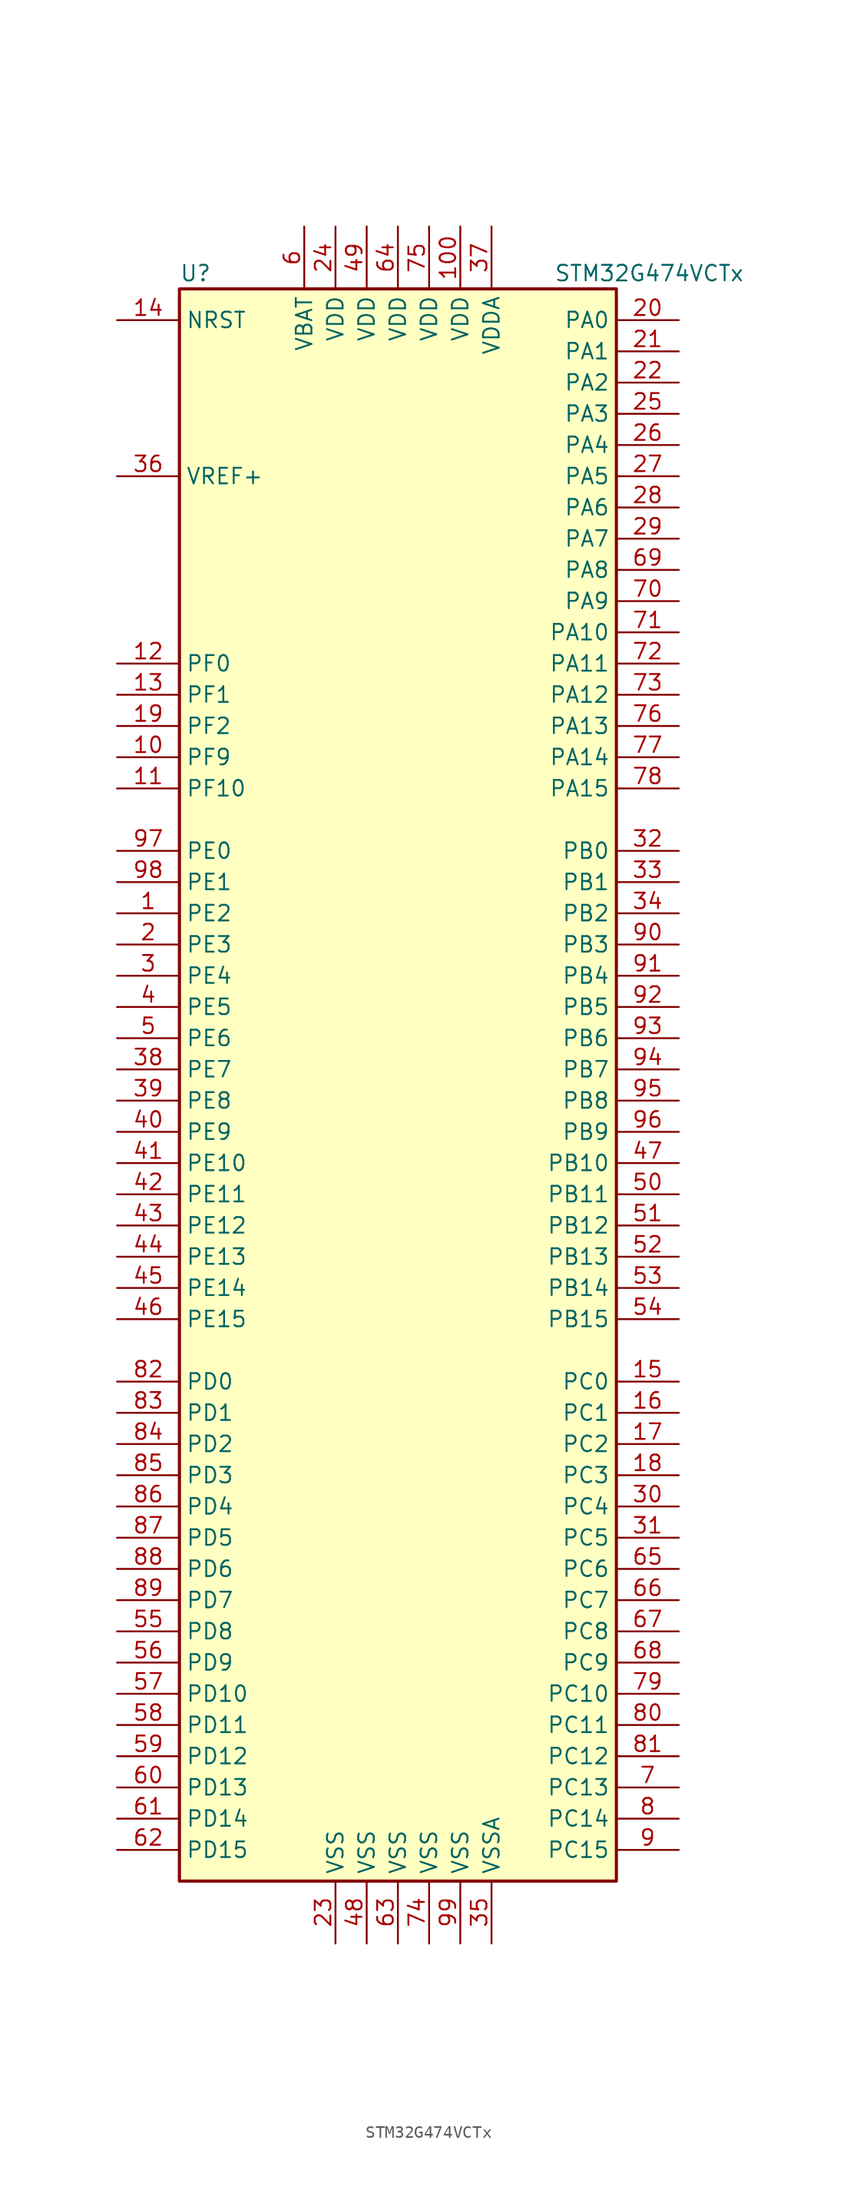
<source format=kicad_sym>
(kicad_symbol_lib
  (version 20211014)
  (generator kicad_symbol_editor)
  (symbol "STM32G474VCTx"
    (property "Reference" "U"
      (at -17.78 64.77 0)
      (effects (font (size 1.27 1.27)) (justify left)))
    (property "Value" "STM32G474VCTx"
      (at 12.7 64.77 0)
      (effects (font (size 1.27 1.27)) (justify left)))
    (symbol "STM32G474VCTx_0_1"
      (rectangle (start -17.78 63.5) (end 17.78 -66.04) (stroke (width 0.254) (type default) (color 0 0 0 0)) (fill (type background))))
    (symbol "STM32G474VCTx_1_1"
      (pin bidirectional line (at -22.86 12.7 0) (length 5.08) (name "PE2" (effects (font (size 1.27 1.27)))) (number "1" (effects (font (size 1.27 1.27)))))
      (pin bidirectional line (at -22.86 25.4 0) (length 5.08) (name "PF9" (effects (font (size 1.27 1.27)))) (number "10" (effects (font (size 1.27 1.27)))))
      (pin power_in line (at 5.08 68.58 270) (length 5.08) (name "VDD" (effects (font (size 1.27 1.27)))) (number "100" (effects (font (size 1.27 1.27)))))
      (pin bidirectional line (at -22.86 22.86 0) (length 5.08) (name "PF10" (effects (font (size 1.27 1.27)))) (number "11" (effects (font (size 1.27 1.27)))))
      (pin bidirectional line (at -22.86 33.02 0) (length 5.08) (name "PF0" (effects (font (size 1.27 1.27)))) (number "12" (effects (font (size 1.27 1.27)))))
      (pin bidirectional line (at -22.86 30.48 0) (length 5.08) (name "PF1" (effects (font (size 1.27 1.27)))) (number "13" (effects (font (size 1.27 1.27)))))
      (pin input line (at -22.86 60.96 0) (length 5.08) (name "NRST" (effects (font (size 1.27 1.27)))) (number "14" (effects (font (size 1.27 1.27)))))
      (pin bidirectional line (at 22.86 -25.4 180) (length 5.08) (name "PC0" (effects (font (size 1.27 1.27)))) (number "15" (effects (font (size 1.27 1.27)))))
      (pin bidirectional line (at 22.86 -27.94 180) (length 5.08) (name "PC1" (effects (font (size 1.27 1.27)))) (number "16" (effects (font (size 1.27 1.27)))))
      (pin bidirectional line (at 22.86 -30.48 180) (length 5.08) (name "PC2" (effects (font (size 1.27 1.27)))) (number "17" (effects (font (size 1.27 1.27)))))
      (pin bidirectional line (at 22.86 -33.02 180) (length 5.08) (name "PC3" (effects (font (size 1.27 1.27)))) (number "18" (effects (font (size 1.27 1.27)))))
      (pin bidirectional line (at -22.86 27.94 0) (length 5.08) (name "PF2" (effects (font (size 1.27 1.27)))) (number "19" (effects (font (size 1.27 1.27)))))
      (pin bidirectional line (at -22.86 10.16 0) (length 5.08) (name "PE3" (effects (font (size 1.27 1.27)))) (number "2" (effects (font (size 1.27 1.27)))))
      (pin bidirectional line (at 22.86 60.96 180) (length 5.08) (name "PA0" (effects (font (size 1.27 1.27)))) (number "20" (effects (font (size 1.27 1.27)))))
      (pin bidirectional line (at 22.86 58.42 180) (length 5.08) (name "PA1" (effects (font (size 1.27 1.27)))) (number "21" (effects (font (size 1.27 1.27)))))
      (pin bidirectional line (at 22.86 55.88 180) (length 5.08) (name "PA2" (effects (font (size 1.27 1.27)))) (number "22" (effects (font (size 1.27 1.27)))))
      (pin power_in line (at -5.08 -71.12 90) (length 5.08) (name "VSS" (effects (font (size 1.27 1.27)))) (number "23" (effects (font (size 1.27 1.27)))))
      (pin power_in line (at -5.08 68.58 270) (length 5.08) (name "VDD" (effects (font (size 1.27 1.27)))) (number "24" (effects (font (size 1.27 1.27)))))
      (pin bidirectional line (at 22.86 53.34 180) (length 5.08) (name "PA3" (effects (font (size 1.27 1.27)))) (number "25" (effects (font (size 1.27 1.27)))))
      (pin bidirectional line (at 22.86 50.8 180) (length 5.08) (name "PA4" (effects (font (size 1.27 1.27)))) (number "26" (effects (font (size 1.27 1.27)))))
      (pin bidirectional line (at 22.86 48.26 180) (length 5.08) (name "PA5" (effects (font (size 1.27 1.27)))) (number "27" (effects (font (size 1.27 1.27)))))
      (pin bidirectional line (at 22.86 45.72 180) (length 5.08) (name "PA6" (effects (font (size 1.27 1.27)))) (number "28" (effects (font (size 1.27 1.27)))))
      (pin bidirectional line (at 22.86 43.18 180) (length 5.08) (name "PA7" (effects (font (size 1.27 1.27)))) (number "29" (effects (font (size 1.27 1.27)))))
      (pin bidirectional line (at -22.86 7.62 0) (length 5.08) (name "PE4" (effects (font (size 1.27 1.27)))) (number "3" (effects (font (size 1.27 1.27)))))
      (pin bidirectional line (at 22.86 -35.56 180) (length 5.08) (name "PC4" (effects (font (size 1.27 1.27)))) (number "30" (effects (font (size 1.27 1.27)))))
      (pin bidirectional line (at 22.86 -38.1 180) (length 5.08) (name "PC5" (effects (font (size 1.27 1.27)))) (number "31" (effects (font (size 1.27 1.27)))))
      (pin bidirectional line (at 22.86 17.78 180) (length 5.08) (name "PB0" (effects (font (size 1.27 1.27)))) (number "32" (effects (font (size 1.27 1.27)))))
      (pin bidirectional line (at 22.86 15.24 180) (length 5.08) (name "PB1" (effects (font (size 1.27 1.27)))) (number "33" (effects (font (size 1.27 1.27)))))
      (pin bidirectional line (at 22.86 12.7 180) (length 5.08) (name "PB2" (effects (font (size 1.27 1.27)))) (number "34" (effects (font (size 1.27 1.27)))))
      (pin power_in line (at 7.62 -71.12 90) (length 5.08) (name "VSSA" (effects (font (size 1.27 1.27)))) (number "35" (effects (font (size 1.27 1.27)))))
      (pin power_in line (at -22.86 48.26 0) (length 5.08) (name "VREF+" (effects (font (size 1.27 1.27)))) (number "36" (effects (font (size 1.27 1.27)))))
      (pin power_in line (at 7.62 68.58 270) (length 5.08) (name "VDDA" (effects (font (size 1.27 1.27)))) (number "37" (effects (font (size 1.27 1.27)))))
      (pin bidirectional line (at -22.86 0 0) (length 5.08) (name "PE7" (effects (font (size 1.27 1.27)))) (number "38" (effects (font (size 1.27 1.27)))))
      (pin bidirectional line (at -22.86 -2.54 0) (length 5.08) (name "PE8" (effects (font (size 1.27 1.27)))) (number "39" (effects (font (size 1.27 1.27)))))
      (pin bidirectional line (at -22.86 5.08 0) (length 5.08) (name "PE5" (effects (font (size 1.27 1.27)))) (number "4" (effects (font (size 1.27 1.27)))))
      (pin bidirectional line (at -22.86 -5.08 0) (length 5.08) (name "PE9" (effects (font (size 1.27 1.27)))) (number "40" (effects (font (size 1.27 1.27)))))
      (pin bidirectional line (at -22.86 -7.62 0) (length 5.08) (name "PE10" (effects (font (size 1.27 1.27)))) (number "41" (effects (font (size 1.27 1.27)))))
      (pin bidirectional line (at -22.86 -10.16 0) (length 5.08) (name "PE11" (effects (font (size 1.27 1.27)))) (number "42" (effects (font (size 1.27 1.27)))))
      (pin bidirectional line (at -22.86 -12.7 0) (length 5.08) (name "PE12" (effects (font (size 1.27 1.27)))) (number "43" (effects (font (size 1.27 1.27)))))
      (pin bidirectional line (at -22.86 -15.24 0) (length 5.08) (name "PE13" (effects (font (size 1.27 1.27)))) (number "44" (effects (font (size 1.27 1.27)))))
      (pin bidirectional line (at -22.86 -17.78 0) (length 5.08) (name "PE14" (effects (font (size 1.27 1.27)))) (number "45" (effects (font (size 1.27 1.27)))))
      (pin bidirectional line (at -22.86 -20.32 0) (length 5.08) (name "PE15" (effects (font (size 1.27 1.27)))) (number "46" (effects (font (size 1.27 1.27)))))
      (pin bidirectional line (at 22.86 -7.62 180) (length 5.08) (name "PB10" (effects (font (size 1.27 1.27)))) (number "47" (effects (font (size 1.27 1.27)))))
      (pin power_in line (at -2.54 -71.12 90) (length 5.08) (name "VSS" (effects (font (size 1.27 1.27)))) (number "48" (effects (font (size 1.27 1.27)))))
      (pin power_in line (at -2.54 68.58 270) (length 5.08) (name "VDD" (effects (font (size 1.27 1.27)))) (number "49" (effects (font (size 1.27 1.27)))))
      (pin bidirectional line (at -22.86 2.54 0) (length 5.08) (name "PE6" (effects (font (size 1.27 1.27)))) (number "5" (effects (font (size 1.27 1.27)))))
      (pin bidirectional line (at 22.86 -10.16 180) (length 5.08) (name "PB11" (effects (font (size 1.27 1.27)))) (number "50" (effects (font (size 1.27 1.27)))))
      (pin bidirectional line (at 22.86 -12.7 180) (length 5.08) (name "PB12" (effects (font (size 1.27 1.27)))) (number "51" (effects (font (size 1.27 1.27)))))
      (pin bidirectional line (at 22.86 -15.24 180) (length 5.08) (name "PB13" (effects (font (size 1.27 1.27)))) (number "52" (effects (font (size 1.27 1.27)))))
      (pin bidirectional line (at 22.86 -17.78 180) (length 5.08) (name "PB14" (effects (font (size 1.27 1.27)))) (number "53" (effects (font (size 1.27 1.27)))))
      (pin bidirectional line (at 22.86 -20.32 180) (length 5.08) (name "PB15" (effects (font (size 1.27 1.27)))) (number "54" (effects (font (size 1.27 1.27)))))
      (pin bidirectional line (at -22.86 -45.72 0) (length 5.08) (name "PD8" (effects (font (size 1.27 1.27)))) (number "55" (effects (font (size 1.27 1.27)))))
      (pin bidirectional line (at -22.86 -48.26 0) (length 5.08) (name "PD9" (effects (font (size 1.27 1.27)))) (number "56" (effects (font (size 1.27 1.27)))))
      (pin bidirectional line (at -22.86 -50.8 0) (length 5.08) (name "PD10" (effects (font (size 1.27 1.27)))) (number "57" (effects (font (size 1.27 1.27)))))
      (pin bidirectional line (at -22.86 -53.34 0) (length 5.08) (name "PD11" (effects (font (size 1.27 1.27)))) (number "58" (effects (font (size 1.27 1.27)))))
      (pin bidirectional line (at -22.86 -55.88 0) (length 5.08) (name "PD12" (effects (font (size 1.27 1.27)))) (number "59" (effects (font (size 1.27 1.27)))))
      (pin power_in line (at -7.62 68.58 270) (length 5.08) (name "VBAT" (effects (font (size 1.27 1.27)))) (number "6" (effects (font (size 1.27 1.27)))))
      (pin bidirectional line (at -22.86 -58.42 0) (length 5.08) (name "PD13" (effects (font (size 1.27 1.27)))) (number "60" (effects (font (size 1.27 1.27)))))
      (pin bidirectional line (at -22.86 -60.96 0) (length 5.08) (name "PD14" (effects (font (size 1.27 1.27)))) (number "61" (effects (font (size 1.27 1.27)))))
      (pin bidirectional line (at -22.86 -63.5 0) (length 5.08) (name "PD15" (effects (font (size 1.27 1.27)))) (number "62" (effects (font (size 1.27 1.27)))))
      (pin power_in line (at 0 -71.12 90) (length 5.08) (name "VSS" (effects (font (size 1.27 1.27)))) (number "63" (effects (font (size 1.27 1.27)))))
      (pin power_in line (at 0 68.58 270) (length 5.08) (name "VDD" (effects (font (size 1.27 1.27)))) (number "64" (effects (font (size 1.27 1.27)))))
      (pin bidirectional line (at 22.86 -40.64 180) (length 5.08) (name "PC6" (effects (font (size 1.27 1.27)))) (number "65" (effects (font (size 1.27 1.27)))))
      (pin bidirectional line (at 22.86 -43.18 180) (length 5.08) (name "PC7" (effects (font (size 1.27 1.27)))) (number "66" (effects (font (size 1.27 1.27)))))
      (pin bidirectional line (at 22.86 -45.72 180) (length 5.08) (name "PC8" (effects (font (size 1.27 1.27)))) (number "67" (effects (font (size 1.27 1.27)))))
      (pin bidirectional line (at 22.86 -48.26 180) (length 5.08) (name "PC9" (effects (font (size 1.27 1.27)))) (number "68" (effects (font (size 1.27 1.27)))))
      (pin bidirectional line (at 22.86 40.64 180) (length 5.08) (name "PA8" (effects (font (size 1.27 1.27)))) (number "69" (effects (font (size 1.27 1.27)))))
      (pin bidirectional line (at 22.86 -58.42 180) (length 5.08) (name "PC13" (effects (font (size 1.27 1.27)))) (number "7" (effects (font (size 1.27 1.27)))))
      (pin bidirectional line (at 22.86 38.1 180) (length 5.08) (name "PA9" (effects (font (size 1.27 1.27)))) (number "70" (effects (font (size 1.27 1.27)))))
      (pin bidirectional line (at 22.86 35.56 180) (length 5.08) (name "PA10" (effects (font (size 1.27 1.27)))) (number "71" (effects (font (size 1.27 1.27)))))
      (pin bidirectional line (at 22.86 33.02 180) (length 5.08) (name "PA11" (effects (font (size 1.27 1.27)))) (number "72" (effects (font (size 1.27 1.27)))))
      (pin bidirectional line (at 22.86 30.48 180) (length 5.08) (name "PA12" (effects (font (size 1.27 1.27)))) (number "73" (effects (font (size 1.27 1.27)))))
      (pin power_in line (at 2.54 -71.12 90) (length 5.08) (name "VSS" (effects (font (size 1.27 1.27)))) (number "74" (effects (font (size 1.27 1.27)))))
      (pin power_in line (at 2.54 68.58 270) (length 5.08) (name "VDD" (effects (font (size 1.27 1.27)))) (number "75" (effects (font (size 1.27 1.27)))))
      (pin bidirectional line (at 22.86 27.94 180) (length 5.08) (name "PA13" (effects (font (size 1.27 1.27)))) (number "76" (effects (font (size 1.27 1.27)))))
      (pin bidirectional line (at 22.86 25.4 180) (length 5.08) (name "PA14" (effects (font (size 1.27 1.27)))) (number "77" (effects (font (size 1.27 1.27)))))
      (pin bidirectional line (at 22.86 22.86 180) (length 5.08) (name "PA15" (effects (font (size 1.27 1.27)))) (number "78" (effects (font (size 1.27 1.27)))))
      (pin bidirectional line (at 22.86 -50.8 180) (length 5.08) (name "PC10" (effects (font (size 1.27 1.27)))) (number "79" (effects (font (size 1.27 1.27)))))
      (pin bidirectional line (at 22.86 -60.96 180) (length 5.08) (name "PC14" (effects (font (size 1.27 1.27)))) (number "8" (effects (font (size 1.27 1.27)))))
      (pin bidirectional line (at 22.86 -53.34 180) (length 5.08) (name "PC11" (effects (font (size 1.27 1.27)))) (number "80" (effects (font (size 1.27 1.27)))))
      (pin bidirectional line (at 22.86 -55.88 180) (length 5.08) (name "PC12" (effects (font (size 1.27 1.27)))) (number "81" (effects (font (size 1.27 1.27)))))
      (pin bidirectional line (at -22.86 -25.4 0) (length 5.08) (name "PD0" (effects (font (size 1.27 1.27)))) (number "82" (effects (font (size 1.27 1.27)))))
      (pin bidirectional line (at -22.86 -27.94 0) (length 5.08) (name "PD1" (effects (font (size 1.27 1.27)))) (number "83" (effects (font (size 1.27 1.27)))))
      (pin bidirectional line (at -22.86 -30.48 0) (length 5.08) (name "PD2" (effects (font (size 1.27 1.27)))) (number "84" (effects (font (size 1.27 1.27)))))
      (pin bidirectional line (at -22.86 -33.02 0) (length 5.08) (name "PD3" (effects (font (size 1.27 1.27)))) (number "85" (effects (font (size 1.27 1.27)))))
      (pin bidirectional line (at -22.86 -35.56 0) (length 5.08) (name "PD4" (effects (font (size 1.27 1.27)))) (number "86" (effects (font (size 1.27 1.27)))))
      (pin bidirectional line (at -22.86 -38.1 0) (length 5.08) (name "PD5" (effects (font (size 1.27 1.27)))) (number "87" (effects (font (size 1.27 1.27)))))
      (pin bidirectional line (at -22.86 -40.64 0) (length 5.08) (name "PD6" (effects (font (size 1.27 1.27)))) (number "88" (effects (font (size 1.27 1.27)))))
      (pin bidirectional line (at -22.86 -43.18 0) (length 5.08) (name "PD7" (effects (font (size 1.27 1.27)))) (number "89" (effects (font (size 1.27 1.27)))))
      (pin bidirectional line (at 22.86 -63.5 180) (length 5.08) (name "PC15" (effects (font (size 1.27 1.27)))) (number "9" (effects (font (size 1.27 1.27)))))
      (pin bidirectional line (at 22.86 10.16 180) (length 5.08) (name "PB3" (effects (font (size 1.27 1.27)))) (number "90" (effects (font (size 1.27 1.27)))))
      (pin bidirectional line (at 22.86 7.62 180) (length 5.08) (name "PB4" (effects (font (size 1.27 1.27)))) (number "91" (effects (font (size 1.27 1.27)))))
      (pin bidirectional line (at 22.86 5.08 180) (length 5.08) (name "PB5" (effects (font (size 1.27 1.27)))) (number "92" (effects (font (size 1.27 1.27)))))
      (pin bidirectional line (at 22.86 2.54 180) (length 5.08) (name "PB6" (effects (font (size 1.27 1.27)))) (number "93" (effects (font (size 1.27 1.27)))))
      (pin bidirectional line (at 22.86 0 180) (length 5.08) (name "PB7" (effects (font (size 1.27 1.27)))) (number "94" (effects (font (size 1.27 1.27)))))
      (pin bidirectional line (at 22.86 -2.54 180) (length 5.08) (name "PB8" (effects (font (size 1.27 1.27)))) (number "95" (effects (font (size 1.27 1.27)))))
      (pin bidirectional line (at 22.86 -5.08 180) (length 5.08) (name "PB9" (effects (font (size 1.27 1.27)))) (number "96" (effects (font (size 1.27 1.27)))))
      (pin bidirectional line (at -22.86 17.78 0) (length 5.08) (name "PE0" (effects (font (size 1.27 1.27)))) (number "97" (effects (font (size 1.27 1.27)))))
      (pin bidirectional line (at -22.86 15.24 0) (length 5.08) (name "PE1" (effects (font (size 1.27 1.27)))) (number "98" (effects (font (size 1.27 1.27)))))
      (pin power_in line (at 5.08 -71.12 90) (length 5.08) (name "VSS" (effects (font (size 1.27 1.27)))) (number "99" (effects (font (size 1.27 1.27))))))))
</source>
